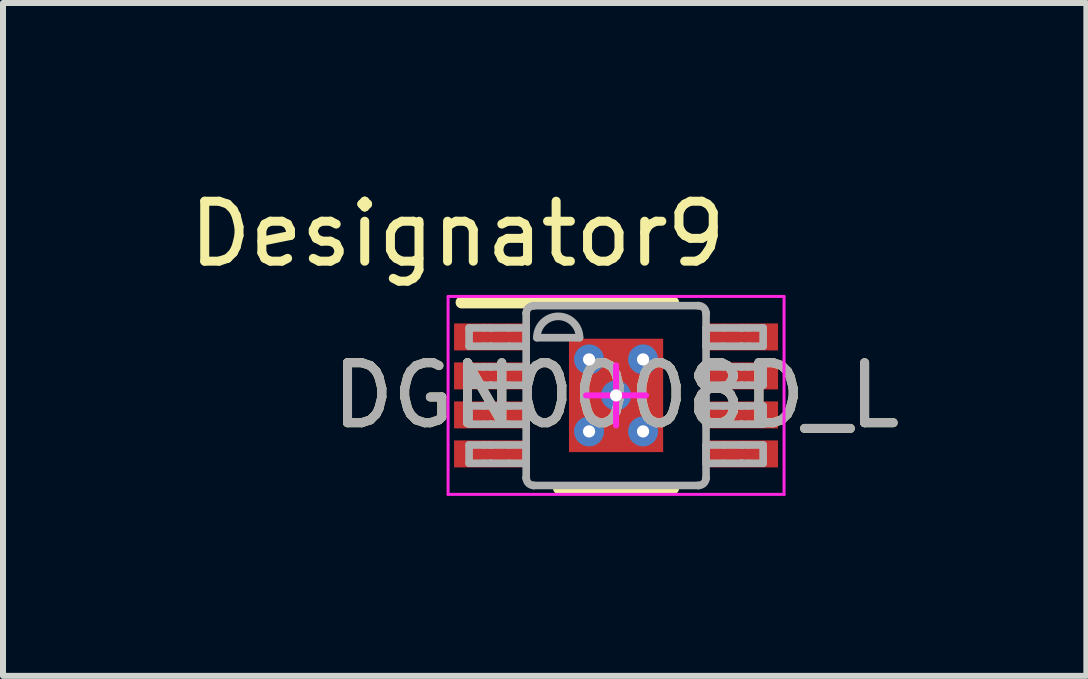
<source format=kicad_pcb>
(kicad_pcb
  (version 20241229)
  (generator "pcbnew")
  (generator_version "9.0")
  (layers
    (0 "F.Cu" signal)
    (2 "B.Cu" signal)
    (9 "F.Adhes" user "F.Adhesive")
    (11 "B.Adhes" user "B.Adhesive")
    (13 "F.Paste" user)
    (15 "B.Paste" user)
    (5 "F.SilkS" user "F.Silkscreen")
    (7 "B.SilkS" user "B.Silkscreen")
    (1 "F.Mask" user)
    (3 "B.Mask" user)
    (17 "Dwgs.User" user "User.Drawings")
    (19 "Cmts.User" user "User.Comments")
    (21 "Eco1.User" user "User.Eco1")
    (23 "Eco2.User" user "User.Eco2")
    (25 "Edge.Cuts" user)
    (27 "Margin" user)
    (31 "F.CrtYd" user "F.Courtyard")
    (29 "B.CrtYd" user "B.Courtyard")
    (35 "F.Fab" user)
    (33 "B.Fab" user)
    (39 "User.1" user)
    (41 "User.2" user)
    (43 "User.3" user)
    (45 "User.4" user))
  (footprint "DGN0008D_L"
    (layer "F.Cu")
    (at 7.219 3.541)
    (property "Reference" "DGN0008D_L" (at 0 0 0) (unlocked yes) (layer "F.SilkS") (effects (font (size 1 1) (thickness 0.15))))
    (attr smd)
    (fp_line (start -2.575 -1.55) (end 0.95 -1.55) (stroke (width 0.2) (type solid)) (layer "F.SilkS"))
    (fp_line (start -0.95 1.55) (end 0.95 1.55) (stroke (width 0.2) (type solid)) (layer "F.SilkS"))
    (fp_line (start -2.8 -1.65) (end 2.8 -1.65) (stroke (width 0.05) (type solid)) (layer "F.CrtYd"))
    (fp_line (start -2.8 1.65) (end -2.8 -1.65) (stroke (width 0.05) (type solid)) (layer "F.CrtYd"))
    (fp_line (start -2.8 1.65) (end 2.8 1.65) (stroke (width 0.05) (type solid)) (layer "F.CrtYd"))
    (fp_line (start -0.5 0) (end 0.5 0) (stroke (width 0.1) (type solid)) (layer "F.CrtYd"))
    (fp_line (start -0.000003 0.5) (end -0.000003 -0.5) (stroke (width 0.1) (type solid)) (layer "F.CrtYd"))
    (fp_line (start 2.8 1.65) (end 2.8 -1.65) (stroke (width 0.05) (type solid)) (layer "F.CrtYd"))
    (fp_line (start -2.45 -1.125) (end -2.21 -1.125) (stroke (width 0.127) (type solid)) (layer "F.Fab"))
    (fp_line (start -2.45 -0.82) (end -2.45 -1.125) (stroke (width 0.127) (type solid)) (layer "F.Fab"))
    (fp_line (start -2.45 -0.82) (end -2.21 -0.82) (stroke (width 0.127) (type solid)) (layer "F.Fab"))
    (fp_line (start -2.45 -0.475) (end -2.21 -0.475) (stroke (width 0.127) (type solid)) (layer "F.Fab"))
    (fp_line (start -2.45 -0.17) (end -2.45 -0.475) (stroke (width 0.127) (type solid)) (layer "F.Fab"))
    (fp_line (start -2.45 -0.17) (end -2.21 -0.17) (stroke (width 0.127) (type solid)) (layer "F.Fab"))
    (fp_line (start -2.45 0.175) (end -2.21 0.175) (stroke (width 0.127) (type solid)) (layer "F.Fab"))
    (fp_line (start -2.45 0.48) (end -2.45 0.175) (stroke (width 0.127) (type solid)) (layer "F.Fab"))
    (fp_line (start -2.45 0.48) (end -2.21 0.48) (stroke (width 0.127) (type solid)) (layer "F.Fab"))
    (fp_line (start -2.45 0.826) (end -2.21 0.826) (stroke (width 0.127) (type solid)) (layer "F.Fab"))
    (fp_line (start -2.45 1.131) (end -2.45 0.826) (stroke (width 0.127) (type solid)) (layer "F.Fab"))
    (fp_line (start -2.45 1.131) (end -2.21 1.131) (stroke (width 0.127) (type solid)) (layer "F.Fab"))
    (fp_line (start -2.21 -1.125) (end -2.09 -1.125) (stroke (width 0.127) (type solid)) (layer "F.Fab"))
    (fp_line (start -2.21 -0.82) (end -2.09 -0.82) (stroke (width 0.127) (type solid)) (layer "F.Fab"))
    (fp_line (start -2.21 -0.475) (end -2.09 -0.475) (stroke (width 0.127) (type solid)) (layer "F.Fab"))
    (fp_line (start -2.21 -0.17) (end -2.09 -0.17) (stroke (width 0.127) (type solid)) (layer "F.Fab"))
    (fp_line (start -2.21 0.175) (end -2.09 0.175) (stroke (width 0.127) (type solid)) (layer "F.Fab"))
    (fp_line (start -2.21 0.48) (end -2.09 0.48) (stroke (width 0.127) (type solid)) (layer "F.Fab"))
    (fp_line (start -2.21 0.826) (end -2.09 0.826) (stroke (width 0.127) (type solid)) (layer "F.Fab"))
    (fp_line (start -2.21 1.131) (end -2.09 1.131) (stroke (width 0.127) (type solid)) (layer "F.Fab"))
    (fp_line (start -2.09 -1.125) (end -2.087 -1.125) (stroke (width 0.127) (type solid)) (layer "F.Fab"))
    (fp_line (start -2.09 -0.82) (end -2.087 -0.82) (stroke (width 0.127) (type solid)) (layer "F.Fab"))
    (fp_line (start -2.09 -0.475) (end -2.087 -0.475) (stroke (width 0.127) (type solid)) (layer "F.Fab"))
    (fp_line (start -2.09 -0.17) (end -2.087 -0.17) (stroke (width 0.127) (type solid)) (layer "F.Fab"))
    (fp_line (start -2.09 0.175) (end -2.087 0.175) (stroke (width 0.127) (type solid)) (layer "F.Fab"))
    (fp_line (start -2.09 0.48) (end -2.087 0.48) (stroke (width 0.127) (type solid)) (layer "F.Fab"))
    (fp_line (start -2.09 0.826) (end -2.087 0.826) (stroke (width 0.127) (type solid)) (layer "F.Fab"))
    (fp_line (start -2.09 1.131) (end -2.087 1.131) (stroke (width 0.127) (type solid)) (layer "F.Fab"))
    (fp_line (start -2.087 -1.125) (end -1.784 -1.125) (stroke (width 0.127) (type solid)) (layer "F.Fab"))
    (fp_line (start -2.087 -0.82) (end -1.784 -0.82) (stroke (width 0.127) (type solid)) (layer "F.Fab"))
    (fp_line (start -2.087 -0.475) (end -1.784 -0.475) (stroke (width 0.127) (type solid)) (layer "F.Fab"))
    (fp_line (start -2.087 -0.17) (end -1.784 -0.17) (stroke (width 0.127) (type solid)) (layer "F.Fab"))
    (fp_line (start -2.087 0.175) (end -1.784 0.175) (stroke (width 0.127) (type solid)) (layer "F.Fab"))
    (fp_line (start -2.087 0.48) (end -1.784 0.48) (stroke (width 0.127) (type solid)) (layer "F.Fab"))
    (fp_line (start -2.087 0.826) (end -1.784 0.826) (stroke (width 0.127) (type solid)) (layer "F.Fab"))
    (fp_line (start -2.087 1.131) (end -1.784 1.131) (stroke (width 0.127) (type solid)) (layer "F.Fab"))
    (fp_line (start -1.784 -1.125) (end -1.498 -1.125) (stroke (width 0.127) (type solid)) (layer "F.Fab"))
    (fp_line (start -1.784 -0.82) (end -1.498 -0.82) (stroke (width 0.127) (type solid)) (layer "F.Fab"))
    (fp_line (start -1.784 -0.475) (end -1.498 -0.475) (stroke (width 0.127) (type solid)) (layer "F.Fab"))
    (fp_line (start -1.784 -0.17) (end -1.498 -0.17) (stroke (width 0.127) (type solid)) (layer "F.Fab"))
    (fp_line (start -1.784 0.175) (end -1.498 0.175) (stroke (width 0.127) (type solid)) (layer "F.Fab"))
    (fp_line (start -1.784 0.48) (end -1.498 0.48) (stroke (width 0.127) (type solid)) (layer "F.Fab"))
    (fp_line (start -1.784 0.826) (end -1.498 0.826) (stroke (width 0.127) (type solid)) (layer "F.Fab"))
    (fp_line (start -1.784 1.131) (end -1.498 1.131) (stroke (width 0.127) (type solid)) (layer "F.Fab"))
    (fp_line (start -1.498 -1.369) (end -1.497 -1.372) (stroke (width 0.127) (type solid)) (layer "F.Fab"))
    (fp_line (start -1.498 -0.82) (end -1.498 -1.125) (stroke (width 0.127) (type solid)) (layer "F.Fab"))
    (fp_line (start -1.498 -0.17) (end -1.498 -0.475) (stroke (width 0.127) (type solid)) (layer "F.Fab"))
    (fp_line (start -1.498 0.48) (end -1.498 0.175) (stroke (width 0.127) (type solid)) (layer "F.Fab"))
    (fp_line (start -1.498 1.131) (end -1.498 0.826) (stroke (width 0.127) (type solid)) (layer "F.Fab"))
    (fp_line (start -1.498 1.374) (end -1.498 -1.369) (stroke (width 0.127) (type solid)) (layer "F.Fab"))
    (fp_line (start -1.498 1.374) (end -1.497 1.377) (stroke (width 0.127) (type solid)) (layer "F.Fab"))
    (fp_line (start -1.373 -1.496) (end -1.371 -1.496) (stroke (width 0.127) (type solid)) (layer "F.Fab"))
    (fp_line (start -1.373 1.501) (end -1.371 1.501) (stroke (width 0.127) (type solid)) (layer "F.Fab"))
    (fp_line (start -1.371 -1.496) (end 1.373 -1.496) (stroke (width 0.127) (type solid)) (layer "F.Fab"))
    (fp_line (start -1.371 1.501) (end 1.373 1.501) (stroke (width 0.127) (type solid)) (layer "F.Fab"))
    (fp_line (start -1.32 -0.962) (end -0.609 -0.962) (stroke (width 0.127) (type solid)) (layer "F.Fab"))
    (fp_line (start 1.373 -1.496) (end 1.375 -1.496) (stroke (width 0.127) (type solid)) (layer "F.Fab"))
    (fp_line (start 1.373 1.501) (end 1.375 1.501) (stroke (width 0.127) (type solid)) (layer "F.Fab"))
    (fp_line (start 1.5 -1.372) (end 1.5 -1.369) (stroke (width 0.127) (type solid)) (layer "F.Fab"))
    (fp_line (start 1.5 1.377) (end 1.5 1.374) (stroke (width 0.127) (type solid)) (layer "F.Fab"))
    (fp_line (start 1.5 -1.125) (end 1.786 -1.125) (stroke (width 0.127) (type solid)) (layer "F.Fab"))
    (fp_line (start 1.5 -0.82) (end 1.5 -1.125) (stroke (width 0.127) (type solid)) (layer "F.Fab"))
    (fp_line (start 1.5 -0.82) (end 1.786 -0.82) (stroke (width 0.127) (type solid)) (layer "F.Fab"))
    (fp_line (start 1.5 -0.475) (end 1.786 -0.475) (stroke (width 0.127) (type solid)) (layer "F.Fab"))
    (fp_line (start 1.5 -0.17) (end 1.5 -0.475) (stroke (width 0.127) (type solid)) (layer "F.Fab"))
    (fp_line (start 1.5 -0.17) (end 1.786 -0.17) (stroke (width 0.127) (type solid)) (layer "F.Fab"))
    (fp_line (start 1.5 0.175) (end 1.786 0.175) (stroke (width 0.127) (type solid)) (layer "F.Fab"))
    (fp_line (start 1.5 0.48) (end 1.5 0.175) (stroke (width 0.127) (type solid)) (layer "F.Fab"))
    (fp_line (start 1.5 0.48) (end 1.786 0.48) (stroke (width 0.127) (type solid)) (layer "F.Fab"))
    (fp_line (start 1.5 0.826) (end 1.786 0.826) (stroke (width 0.127) (type solid)) (layer "F.Fab"))
    (fp_line (start 1.5 1.131) (end 1.5 0.826) (stroke (width 0.127) (type solid)) (layer "F.Fab"))
    (fp_line (start 1.5 1.131) (end 1.786 1.131) (stroke (width 0.127) (type solid)) (layer "F.Fab"))
    (fp_line (start 1.5 1.374) (end 1.5 -1.369) (stroke (width 0.127) (type solid)) (layer "F.Fab"))
    (fp_line (start 1.786 -1.125) (end 2.089 -1.125) (stroke (width 0.127) (type solid)) (layer "F.Fab"))
    (fp_line (start 1.786 -0.82) (end 2.089 -0.82) (stroke (width 0.127) (type solid)) (layer "F.Fab"))
    (fp_line (start 1.786 -0.475) (end 2.089 -0.475) (stroke (width 0.127) (type solid)) (layer "F.Fab"))
    (fp_line (start 1.786 -0.17) (end 2.089 -0.17) (stroke (width 0.127) (type solid)) (layer "F.Fab"))
    (fp_line (start 1.786 0.175) (end 2.089 0.175) (stroke (width 0.127) (type solid)) (layer "F.Fab"))
    (fp_line (start 1.786 0.48) (end 2.089 0.48) (stroke (width 0.127) (type solid)) (layer "F.Fab"))
    (fp_line (start 1.786 0.826) (end 2.089 0.826) (stroke (width 0.127) (type solid)) (layer "F.Fab"))
    (fp_line (start 1.786 1.131) (end 2.089 1.131) (stroke (width 0.127) (type solid)) (layer "F.Fab"))
    (fp_line (start 2.089 -1.125) (end 2.093 -1.125) (stroke (width 0.127) (type solid)) (layer "F.Fab"))
    (fp_line (start 2.089 -0.82) (end 2.093 -0.82) (stroke (width 0.127) (type solid)) (layer "F.Fab"))
    (fp_line (start 2.089 -0.475) (end 2.093 -0.475) (stroke (width 0.127) (type solid)) (layer "F.Fab"))
    (fp_line (start 2.089 -0.17) (end 2.093 -0.17) (stroke (width 0.127) (type solid)) (layer "F.Fab"))
    (fp_line (start 2.089 0.175) (end 2.093 0.175) (stroke (width 0.127) (type solid)) (layer "F.Fab"))
    (fp_line (start 2.089 0.48) (end 2.093 0.48) (stroke (width 0.127) (type solid)) (layer "F.Fab"))
    (fp_line (start 2.089 0.826) (end 2.093 0.826) (stroke (width 0.127) (type solid)) (layer "F.Fab"))
    (fp_line (start 2.089 1.131) (end 2.093 1.131) (stroke (width 0.127) (type solid)) (layer "F.Fab"))
    (fp_line (start 2.093 -1.125) (end 2.213 -1.125) (stroke (width 0.127) (type solid)) (layer "F.Fab"))
    (fp_line (start 2.093 -0.82) (end 2.213 -0.82) (stroke (width 0.127) (type solid)) (layer "F.Fab"))
    (fp_line (start 2.093 -0.475) (end 2.213 -0.475) (stroke (width 0.127) (type solid)) (layer "F.Fab"))
    (fp_line (start 2.093 -0.17) (end 2.213 -0.17) (stroke (width 0.127) (type solid)) (layer "F.Fab"))
    (fp_line (start 2.093 0.175) (end 2.213 0.175) (stroke (width 0.127) (type solid)) (layer "F.Fab"))
    (fp_line (start 2.093 0.48) (end 2.213 0.48) (stroke (width 0.127) (type solid)) (layer "F.Fab"))
    (fp_line (start 2.093 0.826) (end 2.213 0.826) (stroke (width 0.127) (type solid)) (layer "F.Fab"))
    (fp_line (start 2.093 1.131) (end 2.213 1.131) (stroke (width 0.127) (type solid)) (layer "F.Fab"))
    (fp_line (start 2.213 -1.125) (end 2.452 -1.125) (stroke (width 0.127) (type solid)) (layer "F.Fab"))
    (fp_line (start 2.213 -0.82) (end 2.452 -0.82) (stroke (width 0.127) (type solid)) (layer "F.Fab"))
    (fp_line (start 2.213 -0.475) (end 2.452 -0.475) (stroke (width 0.127) (type solid)) (layer "F.Fab"))
    (fp_line (start 2.213 -0.17) (end 2.452 -0.17) (stroke (width 0.127) (type solid)) (layer "F.Fab"))
    (fp_line (start 2.213 0.175) (end 2.452 0.175) (stroke (width 0.127) (type solid)) (layer "F.Fab"))
    (fp_line (start 2.213 0.48) (end 2.452 0.48) (stroke (width 0.127) (type solid)) (layer "F.Fab"))
    (fp_line (start 2.213 0.826) (end 2.452 0.826) (stroke (width 0.127) (type solid)) (layer "F.Fab"))
    (fp_line (start 2.213 1.131) (end 2.452 1.131) (stroke (width 0.127) (type solid)) (layer "F.Fab"))
    (fp_line (start 2.452 -0.82) (end 2.452 -1.125) (stroke (width 0.127) (type solid)) (layer "F.Fab"))
    (fp_line (start 2.452 -0.17) (end 2.452 -0.475) (stroke (width 0.127) (type solid)) (layer "F.Fab"))
    (fp_line (start 2.452 0.48) (end 2.452 0.175) (stroke (width 0.127) (type solid)) (layer "F.Fab"))
    (fp_line (start 2.452 1.131) (end 2.452 0.826) (stroke (width 0.127) (type solid)) (layer "F.Fab"))
    (fp_arc (start -1.497476 -1.371582) (mid -1.460306 -1.458644) (end -1.373243 -1.495814) (stroke (width 0.127) (type solid)) (layer "F.Fab"))
    (fp_arc (start -1.373243 1.501336) (mid -1.460306 1.464166) (end -1.497476 1.377104) (stroke (width 0.127) (type solid)) (layer "F.Fab"))
    (fp_arc (start -1.3197 -0.962439) (mid -0.9641 -1.318039) (end -0.6085 -0.962439) (stroke (width 0.127) (type solid)) (layer "F.Fab"))
    (fp_arc (start 1.375443 -1.495814) (mid 1.462505 -1.458644) (end 1.499675 -1.371582) (stroke (width 0.127) (type solid)) (layer "F.Fab"))
    (fp_arc (start 1.499675 1.377104) (mid 1.462505 1.464166) (end 1.375443 1.501336) (stroke (width 0.127) (type solid)) (layer "F.Fab"))
    (fp_text user "Designator9" (at -2.642 -2.692 0) (unlocked yes) (layer "F.SilkS") (effects (font (size 1 1) (thickness 0.15))))
    (fp_text user "${REFERENCE}" (at 0 0 0) (unlocked yes) (layer "F.Fab") (effects (font (size 1 1) (thickness 0.15))))
    (pad "1" smd rect (at -2.125 -0.975 90) (size 0.45 1.15) (layers "F.Cu" "F.Mask" "F.Paste"))
    (pad "2" smd rect (at -2.125 -0.325 90) (size 0.45 1.15) (layers "F.Cu" "F.Mask" "F.Paste"))
    (pad "3" smd rect (at -2.125 0.325 90) (size 0.45 1.15) (layers "F.Cu" "F.Mask" "F.Paste"))
    (pad "4" smd rect (at -2.125 0.975 90) (size 0.45 1.15) (layers "F.Cu" "F.Mask" "F.Paste"))
    (pad "5" smd rect (at 2.125 0.975 90) (size 0.45 1.15) (layers "F.Cu" "F.Mask" "F.Paste"))
    (pad "6" smd rect (at 2.125 0.325 90) (size 0.45 1.15) (layers "F.Cu" "F.Mask" "F.Paste"))
    (pad "7" smd rect (at 2.125 -0.325 90) (size 0.45 1.15) (layers "F.Cu" "F.Mask" "F.Paste"))
    (pad "8" smd rect (at 2.125 -0.975 90) (size 0.45 1.15) (layers "F.Cu" "F.Mask" "F.Paste"))
    (pad "9" smd rect (at 0 0) (size 1.57 1.89) (layers "F.Cu" "F.Mask" "F.Paste"))
    (pad "V" thru_hole circle (at -0.45 -0.6) (size 0.5 0.5) (drill 0.203) (layers "*.Cu" "*.Mask"))
    (pad "V" thru_hole circle (at -0.45 0.6) (size 0.5 0.5) (drill 0.203) (layers "*.Cu" "*.Mask"))
    (pad "V" thru_hole circle (at 0 0) (size 0.5 0.5) (drill 0.203) (layers "*.Cu" "*.Mask"))
    (pad "V" thru_hole circle (at 0.45 -0.6) (size 0.5 0.5) (drill 0.203) (layers "*.Cu" "*.Mask"))
    (pad "V" thru_hole circle (at 0.45 0.6) (size 0.5 0.5) (drill 0.203) (layers "*.Cu" "*.Mask")))
  (gr_rect
    (start -3 -3)
    (end 15.058 8.216)
    (stroke (width 0.1) (type default))
    (fill no)
    (layer "Edge.Cuts")))
</source>
